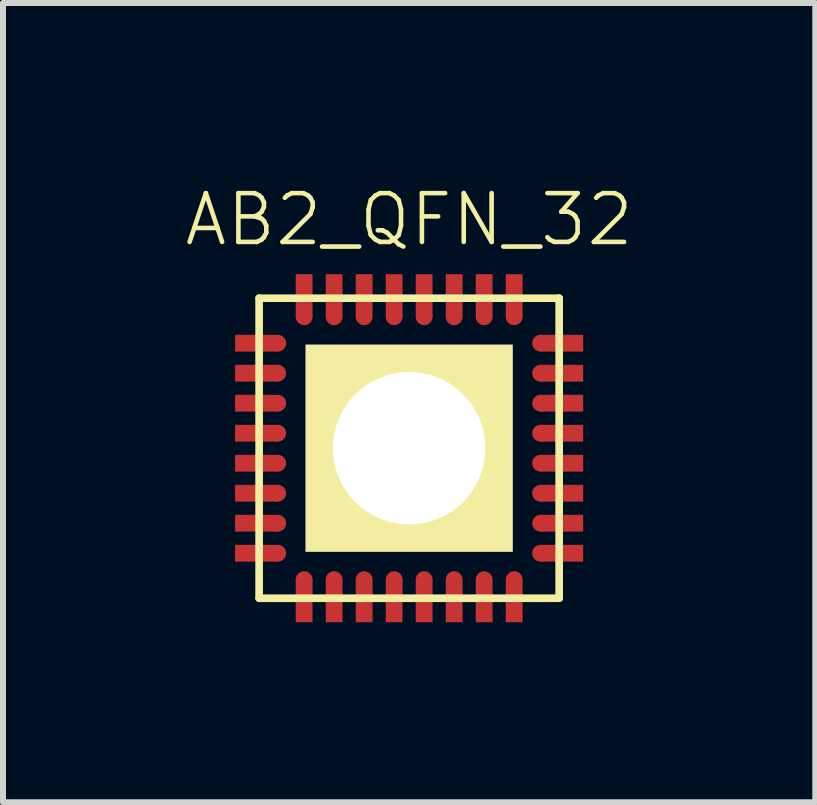
<source format=kicad_pcb>
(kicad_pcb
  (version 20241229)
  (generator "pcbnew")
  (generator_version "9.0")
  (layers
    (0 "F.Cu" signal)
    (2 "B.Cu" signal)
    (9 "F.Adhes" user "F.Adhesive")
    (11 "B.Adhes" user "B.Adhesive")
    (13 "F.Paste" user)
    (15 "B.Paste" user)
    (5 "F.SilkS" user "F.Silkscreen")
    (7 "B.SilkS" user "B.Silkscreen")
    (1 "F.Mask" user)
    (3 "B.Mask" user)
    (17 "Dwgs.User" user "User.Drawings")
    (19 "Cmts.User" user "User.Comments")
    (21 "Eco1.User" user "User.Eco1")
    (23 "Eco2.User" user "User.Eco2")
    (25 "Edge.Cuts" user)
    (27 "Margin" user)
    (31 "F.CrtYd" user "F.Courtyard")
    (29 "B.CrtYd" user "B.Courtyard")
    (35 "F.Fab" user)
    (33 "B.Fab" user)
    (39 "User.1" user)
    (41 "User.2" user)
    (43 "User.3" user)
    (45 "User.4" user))
  (footprint "AB2_QFN_32"
    (layer "F.Cu")
    (at 3.768 4.419)
    (property "Reference" "AB2_QFN_32" (at 0 -3.81 0) (layer "F.SilkS") (effects (font (size 0.813 0.813) (thickness 0.076))))
    (attr through_hole)
    (fp_line (start -2.5 -2.5) (end 2.5 -2.5) (stroke (width 0.127) (type solid)) (layer "F.SilkS"))
    (fp_line (start -2.5 2.5) (end -2.5 -2.5) (stroke (width 0.127) (type solid)) (layer "F.SilkS"))
    (fp_line (start 2.5 -2.5) (end 2.5 2.5) (stroke (width 0.127) (type solid)) (layer "F.SilkS"))
    (fp_line (start 2.5 2.5) (end -2.5 2.5) (stroke (width 0.127) (type solid)) (layer "F.SilkS"))
    (pad "1" smd rect (at -2.545 -1.75 270) (size 0.28 0.71) (layers "F.Cu" "F.Mask" "F.Paste"))
    (pad "1" smd circle (at -2.19 -1.75 270) (size 0.28 0.28) (layers "F.Cu" "F.Mask" "F.Paste"))
    (pad "2" smd rect (at -2.545 -1.25 270) (size 0.28 0.71) (layers "F.Cu" "F.Mask" "F.Paste"))
    (pad "2" smd circle (at -2.19 -1.25 270) (size 0.28 0.28) (layers "F.Cu" "F.Mask" "F.Paste"))
    (pad "3" smd rect (at -2.545 -0.75 270) (size 0.28 0.71) (layers "F.Cu" "F.Mask" "F.Paste"))
    (pad "3" smd circle (at -2.19 -0.75 270) (size 0.28 0.28) (layers "F.Cu" "F.Mask" "F.Paste"))
    (pad "4" smd rect (at -2.545 -0.25 270) (size 0.28 0.71) (layers "F.Cu" "F.Mask" "F.Paste"))
    (pad "4" smd circle (at -2.19 -0.25 270) (size 0.28 0.28) (layers "F.Cu" "F.Mask" "F.Paste"))
    (pad "5" smd rect (at -2.545 0.25 270) (size 0.28 0.71) (layers "F.Cu" "F.Mask" "F.Paste"))
    (pad "5" smd circle (at -2.19 0.25 270) (size 0.28 0.28) (layers "F.Cu" "F.Mask" "F.Paste"))
    (pad "6" smd rect (at -2.545 0.75 270) (size 0.28 0.71) (layers "F.Cu" "F.Mask" "F.Paste"))
    (pad "6" smd circle (at -2.19 0.75 270) (size 0.28 0.28) (layers "F.Cu" "F.Mask" "F.Paste"))
    (pad "7" smd rect (at -2.545 1.25 270) (size 0.28 0.71) (layers "F.Cu" "F.Mask" "F.Paste"))
    (pad "7" smd circle (at -2.19 1.25 270) (size 0.28 0.28) (layers "F.Cu" "F.Mask" "F.Paste"))
    (pad "8" smd rect (at -2.545 1.75 270) (size 0.28 0.71) (layers "F.Cu" "F.Mask" "F.Paste"))
    (pad "8" smd circle (at -2.19 1.75 270) (size 0.28 0.28) (layers "F.Cu" "F.Mask" "F.Paste"))
    (pad "9" smd circle (at -1.75 2.19) (size 0.28 0.28) (layers "F.Cu" "F.Mask" "F.Paste"))
    (pad "9" smd rect (at -1.75 2.545) (size 0.28 0.71) (layers "F.Cu" "F.Mask" "F.Paste"))
    (pad "10" smd circle (at -1.25 2.19) (size 0.28 0.28) (layers "F.Cu" "F.Mask" "F.Paste"))
    (pad "10" smd rect (at -1.25 2.545) (size 0.28 0.71) (layers "F.Cu" "F.Mask" "F.Paste"))
    (pad "11" smd circle (at -0.75 2.19) (size 0.28 0.28) (layers "F.Cu" "F.Mask" "F.Paste"))
    (pad "11" smd rect (at -0.75 2.545) (size 0.28 0.71) (layers "F.Cu" "F.Mask" "F.Paste"))
    (pad "12" smd circle (at -0.25 2.19) (size 0.28 0.28) (layers "F.Cu" "F.Mask" "F.Paste"))
    (pad "12" smd rect (at -0.25 2.545) (size 0.28 0.71) (layers "F.Cu" "F.Mask" "F.Paste"))
    (pad "13" smd circle (at 0.25 2.19) (size 0.28 0.28) (layers "F.Cu" "F.Mask" "F.Paste"))
    (pad "13" smd rect (at 0.25 2.545) (size 0.28 0.71) (layers "F.Cu" "F.Mask" "F.Paste"))
    (pad "14" smd circle (at 0.75 2.19) (size 0.28 0.28) (layers "F.Cu" "F.Mask" "F.Paste"))
    (pad "14" smd rect (at 0.75 2.545) (size 0.28 0.71) (layers "F.Cu" "F.Mask" "F.Paste"))
    (pad "15" smd circle (at 1.25 2.19) (size 0.28 0.28) (layers "F.Cu" "F.Mask" "F.Paste"))
    (pad "15" smd rect (at 1.25 2.545) (size 0.28 0.71) (layers "F.Cu" "F.Mask" "F.Paste"))
    (pad "16" smd circle (at 1.75 2.19) (size 0.28 0.28) (layers "F.Cu" "F.Mask" "F.Paste"))
    (pad "16" smd rect (at 1.75 2.545) (size 0.28 0.71) (layers "F.Cu" "F.Mask" "F.Paste"))
    (pad "17" smd circle (at 2.19 1.75 90) (size 0.28 0.28) (layers "F.Cu" "F.Mask" "F.Paste"))
    (pad "17" smd rect (at 2.545 1.75 90) (size 0.28 0.71) (layers "F.Cu" "F.Mask" "F.Paste"))
    (pad "18" smd circle (at 2.19 1.25 90) (size 0.28 0.28) (layers "F.Cu" "F.Mask" "F.Paste"))
    (pad "18" smd rect (at 2.545 1.25 90) (size 0.28 0.71) (layers "F.Cu" "F.Mask" "F.Paste"))
    (pad "19" smd circle (at 2.19 0.75 90) (size 0.28 0.28) (layers "F.Cu" "F.Mask" "F.Paste"))
    (pad "19" smd rect (at 2.545 0.75 90) (size 0.28 0.71) (layers "F.Cu" "F.Mask" "F.Paste"))
    (pad "20" smd circle (at 2.19 0.25 90) (size 0.28 0.28) (layers "F.Cu" "F.Mask" "F.Paste"))
    (pad "20" smd rect (at 2.545 0.25 90) (size 0.28 0.71) (layers "F.Cu" "F.Mask" "F.Paste"))
    (pad "21" smd circle (at 2.19 -0.25 90) (size 0.28 0.28) (layers "F.Cu" "F.Mask" "F.Paste"))
    (pad "21" smd rect (at 2.545 -0.25 90) (size 0.28 0.71) (layers "F.Cu" "F.Mask" "F.Paste"))
    (pad "22" smd circle (at 2.19 -0.75 90) (size 0.28 0.28) (layers "F.Cu" "F.Mask" "F.Paste"))
    (pad "22" smd rect (at 2.545 -0.75 90) (size 0.28 0.71) (layers "F.Cu" "F.Mask" "F.Paste"))
    (pad "23" smd circle (at 2.19 -1.25 90) (size 0.28 0.28) (layers "F.Cu" "F.Mask" "F.Paste"))
    (pad "23" smd rect (at 2.545 -1.25 90) (size 0.28 0.71) (layers "F.Cu" "F.Mask" "F.Paste"))
    (pad "24" smd circle (at 2.19 -1.75 90) (size 0.28 0.28) (layers "F.Cu" "F.Mask" "F.Paste"))
    (pad "24" smd rect (at 2.545 -1.75 90) (size 0.28 0.71) (layers "F.Cu" "F.Mask" "F.Paste"))
    (pad "25" smd rect (at 1.75 -2.545 180) (size 0.28 0.71) (layers "F.Cu" "F.Mask" "F.Paste"))
    (pad "25" smd circle (at 1.75 -2.19 180) (size 0.28 0.28) (layers "F.Cu" "F.Mask" "F.Paste"))
    (pad "26" smd rect (at 1.25 -2.545 180) (size 0.28 0.71) (layers "F.Cu" "F.Mask" "F.Paste"))
    (pad "26" smd circle (at 1.25 -2.19 180) (size 0.28 0.28) (layers "F.Cu" "F.Mask" "F.Paste"))
    (pad "27" smd rect (at 0.75 -2.545 180) (size 0.28 0.71) (layers "F.Cu" "F.Mask" "F.Paste"))
    (pad "27" smd circle (at 0.75 -2.19 180) (size 0.28 0.28) (layers "F.Cu" "F.Mask" "F.Paste"))
    (pad "28" smd rect (at 0.25 -2.545 180) (size 0.28 0.71) (layers "F.Cu" "F.Mask" "F.Paste"))
    (pad "28" smd circle (at 0.25 -2.19 180) (size 0.28 0.28) (layers "F.Cu" "F.Mask" "F.Paste"))
    (pad "29" smd rect (at -0.25 -2.545 180) (size 0.28 0.71) (layers "F.Cu" "F.Mask" "F.Paste"))
    (pad "29" smd circle (at -0.25 -2.19 180) (size 0.28 0.28) (layers "F.Cu" "F.Mask" "F.Paste"))
    (pad "29" thru_hole rect (at 0 0) (size 3.45 3.45) (drill 2.54) (layers "*.Cu" "*.Mask" "F.SilkS"))
    (pad "30" smd rect (at -0.75 -2.545 180) (size 0.28 0.71) (layers "F.Cu" "F.Mask" "F.Paste"))
    (pad "30" smd circle (at -0.75 -2.19 180) (size 0.28 0.28) (layers "F.Cu" "F.Mask" "F.Paste"))
    (pad "31" smd rect (at -1.25 -2.545 180) (size 0.28 0.71) (layers "F.Cu" "F.Mask" "F.Paste"))
    (pad "31" smd circle (at -1.25 -2.19 180) (size 0.28 0.28) (layers "F.Cu" "F.Mask" "F.Paste"))
    (pad "32" smd rect (at -1.75 -2.545 180) (size 0.28 0.71) (layers "F.Cu" "F.Mask" "F.Paste"))
    (pad "32" smd circle (at -1.75 -2.19 180) (size 0.28 0.28) (layers "F.Cu" "F.Mask" "F.Paste")))
  (gr_rect
    (start -3 -3)
    (end 10.536 10.319)
    (stroke (width 0.1) (type default))
    (fill no)
    (layer "Edge.Cuts")))
</source>
